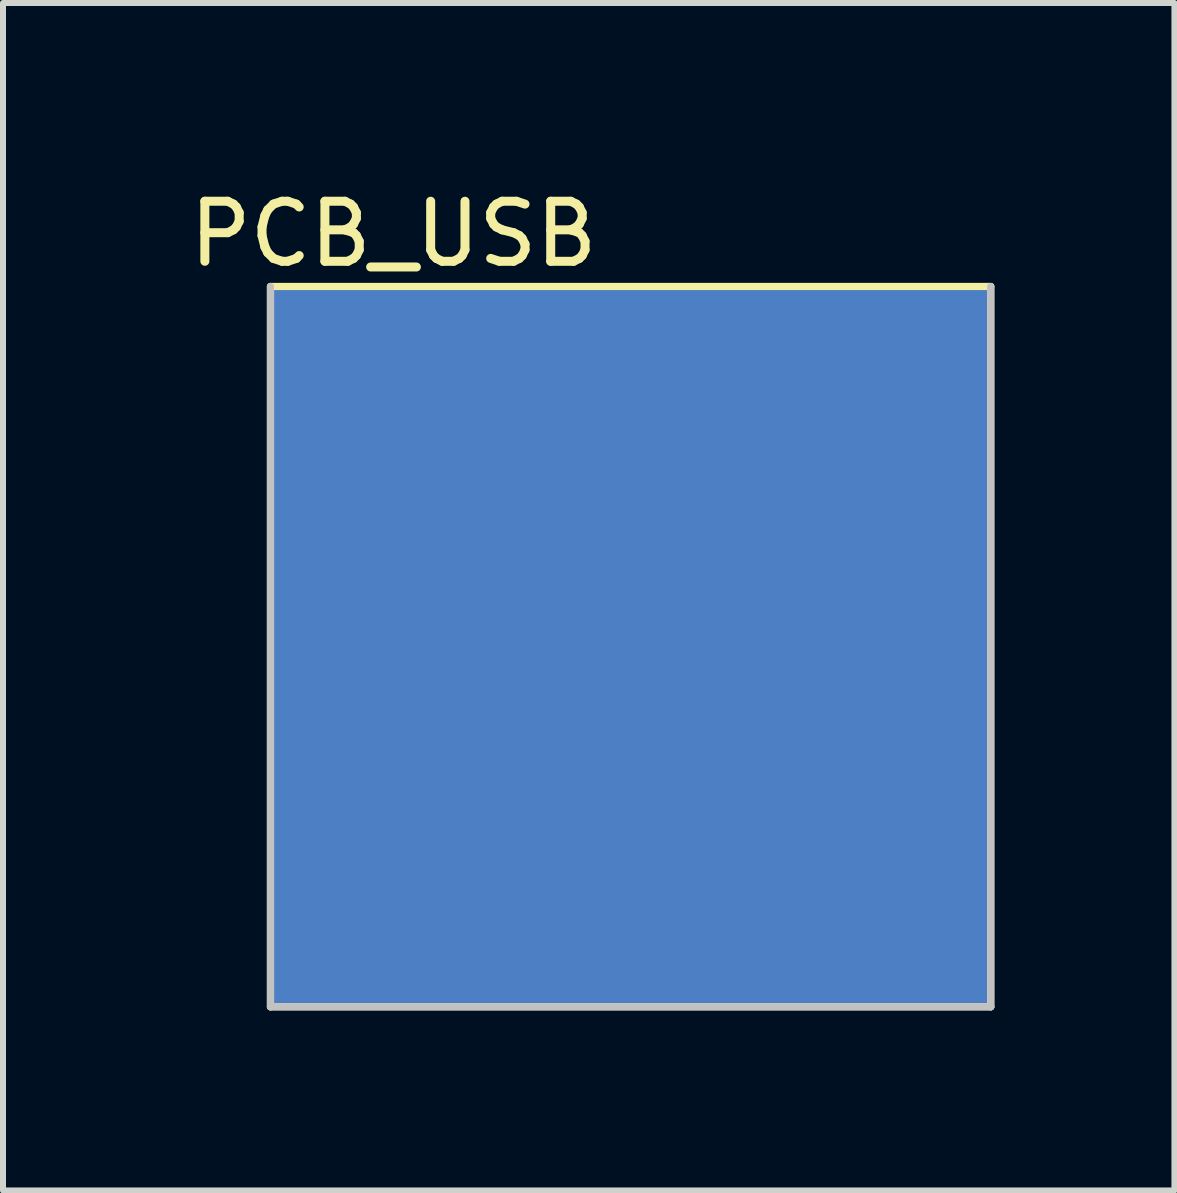
<source format=kicad_pcb>
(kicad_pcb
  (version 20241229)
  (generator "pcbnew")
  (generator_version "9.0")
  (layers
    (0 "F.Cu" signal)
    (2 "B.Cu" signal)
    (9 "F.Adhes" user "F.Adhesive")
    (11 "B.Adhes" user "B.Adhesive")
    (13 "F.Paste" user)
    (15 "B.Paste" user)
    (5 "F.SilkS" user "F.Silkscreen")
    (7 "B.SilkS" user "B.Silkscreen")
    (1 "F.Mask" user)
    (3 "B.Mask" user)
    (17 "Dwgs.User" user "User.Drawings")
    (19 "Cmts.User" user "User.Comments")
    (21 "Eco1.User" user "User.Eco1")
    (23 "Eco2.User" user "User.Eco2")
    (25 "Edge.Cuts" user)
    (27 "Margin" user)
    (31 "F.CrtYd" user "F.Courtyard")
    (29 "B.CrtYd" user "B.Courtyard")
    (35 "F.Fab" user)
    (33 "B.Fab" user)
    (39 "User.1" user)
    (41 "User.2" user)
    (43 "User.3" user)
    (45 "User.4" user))
  (footprint "PCB_USB"
    (layer "F.Cu")
    (at 7.456 8.973)
    (property "Reference" "PCB_USB" (at -3.95 -8.125 0) (layer "F.SilkS") (effects (font (size 1 1) (thickness 0.15))))
    (attr exclude_from_pos_files exclude_from_bom)
    (fp_line (start -6 -7.25) (end -6 4.75) (stroke (width 0.12) (type solid)) (layer "F.SilkS"))
    (fp_line (start -6 4.75) (end 6 4.75) (stroke (width 0.12) (type solid)) (layer "F.SilkS"))
    (fp_line (start 6 -7.25) (end -6 -7.25) (stroke (width 0.12) (type solid)) (layer "F.SilkS"))
    (fp_line (start 6 4.75) (end 6 -7.25) (stroke (width 0.12) (type solid)) (layer "F.SilkS"))
    (fp_line (start -6 4.75) (end -6 -7.25) (stroke (width 0.12) (type solid)) (layer "Dwgs.User"))
    (fp_line (start 6 4.75) (end -6 4.75) (stroke (width 0.12) (type solid)) (layer "Dwgs.User"))
    (fp_line (start 6 4.75) (end 6 -7.25) (stroke (width 0.12) (type solid)) (layer "Dwgs.User"))
    (pad "1" smd rect (at 3.75 0) (size 1 7.41) (layers "F.Cu" "F.Mask" "F.Paste"))
    (pad "2" smd rect (at 1.25 -0.5) (size 1 6.41) (layers "F.Cu" "F.Mask" "F.Paste"))
    (pad "3" smd rect (at -1.25 -0.5) (size 1 6.41) (layers "F.Cu" "F.Mask" "F.Paste"))
    (pad "4" smd rect (at -3.75 0) (size 1 7.41) (layers "F.Cu" "F.Mask" "F.Paste"))
    (pad "5" smd rect (at 0 -1.24) (size 12 12) (layers "B.Cu" "B.Mask" "B.Paste")))
  (gr_rect
    (start -3 -3)
    (end 16.516 16.783)
    (stroke (width 0.1) (type default))
    (fill no)
    (layer "Edge.Cuts")))
</source>
